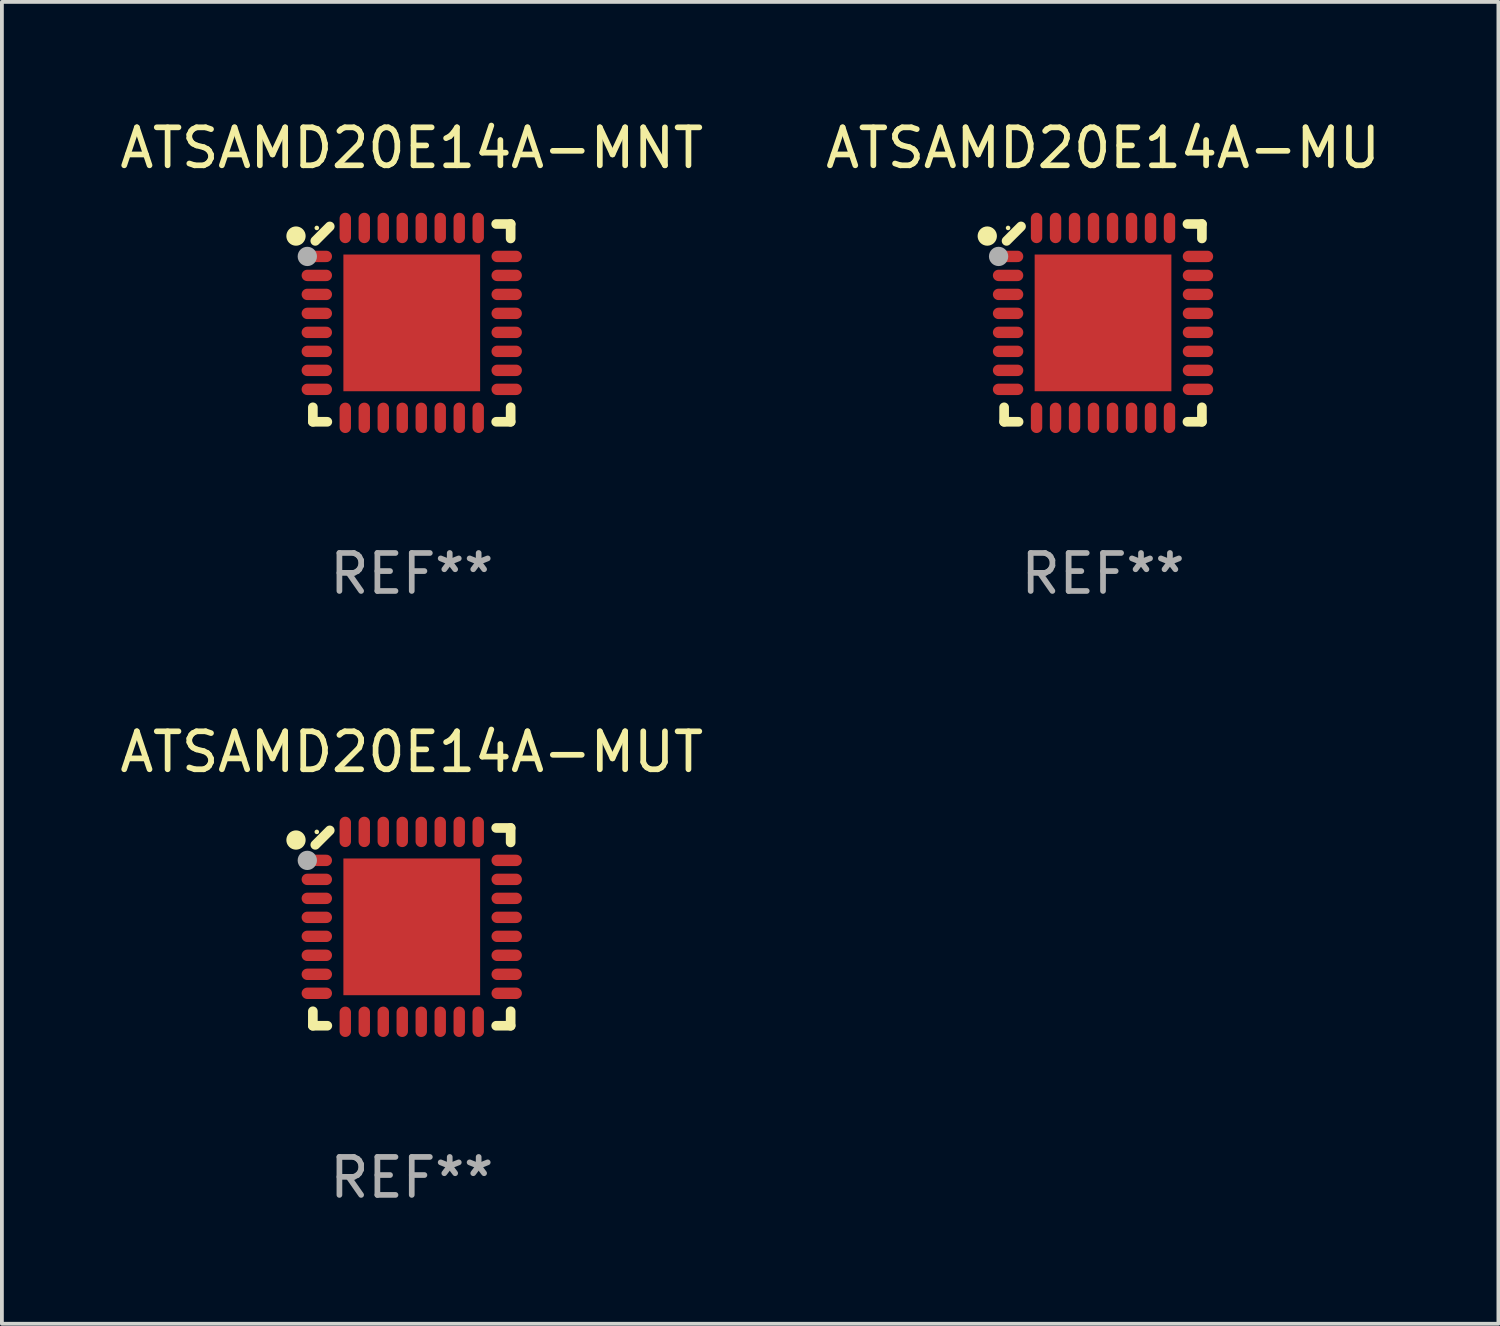
<source format=kicad_pcb>
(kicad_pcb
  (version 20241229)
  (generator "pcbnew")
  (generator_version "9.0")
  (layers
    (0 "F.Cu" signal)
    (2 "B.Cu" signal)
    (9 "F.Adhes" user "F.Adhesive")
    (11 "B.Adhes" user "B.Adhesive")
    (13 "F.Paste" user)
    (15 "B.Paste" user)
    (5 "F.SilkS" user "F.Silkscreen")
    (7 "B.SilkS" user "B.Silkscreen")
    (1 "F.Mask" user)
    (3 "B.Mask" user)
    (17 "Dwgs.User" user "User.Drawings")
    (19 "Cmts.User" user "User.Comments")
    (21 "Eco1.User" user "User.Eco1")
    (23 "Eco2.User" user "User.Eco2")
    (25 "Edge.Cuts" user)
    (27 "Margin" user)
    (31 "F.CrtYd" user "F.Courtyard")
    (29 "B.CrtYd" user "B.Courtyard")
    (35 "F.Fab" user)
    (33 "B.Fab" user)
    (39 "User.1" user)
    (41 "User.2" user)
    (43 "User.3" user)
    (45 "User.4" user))
  (footprint "ATSAMD20E14A-MNT"
    (layer "F.Cu")
    (at 7.792 5.452)
    (property "Reference" "ATSAMD20E14A-MNT" (at 0 -4.604 0) (layer "F.SilkS") (effects (font (size 1 1) (thickness 0.15))))
    (attr through_hole)
    (fp_line (start -2.604 2.223) (end -2.604 2.604) (stroke (width 0.254) (type solid)) (layer "F.SilkS"))
    (fp_line (start -2.604 2.604) (end -2.223 2.604) (stroke (width 0.254) (type solid)) (layer "F.SilkS"))
    (fp_line (start -2.159 -2.54) (end -2.54 -2.159) (stroke (width 0.254) (type solid)) (layer "F.SilkS"))
    (fp_line (start 2.223 2.604) (end 2.604 2.604) (stroke (width 0.254) (type solid)) (layer "F.SilkS"))
    (fp_line (start 2.604 -2.604) (end 2.223 -2.604) (stroke (width 0.254) (type solid)) (layer "F.SilkS"))
    (fp_line (start 2.604 -2.223) (end 2.604 -2.604) (stroke (width 0.254) (type solid)) (layer "F.SilkS"))
    (fp_line (start 2.604 2.604) (end 2.604 2.223) (stroke (width 0.254) (type solid)) (layer "F.SilkS"))
    (fp_circle (center -3.048 -2.286) (end -2.921 -2.286) (stroke (width 0.254) (type solid)) (fill no) (layer "F.SilkS"))
    (fp_circle (center -2.5 -2.5) (end -2.47 -2.5) (stroke (width 0.06) (type solid)) (fill no) (layer "F.SilkS"))
    (fp_circle (center -2.75 -1.75) (end -2.623 -1.75) (stroke (width 0.254) (type solid)) (fill no) (layer "F.Fab"))
    (fp_text user "REF**" (at 0 6.604 0) (layer "F.Fab") (effects (font (size 1 1) (thickness 0.15))))
    (pad "1" smd oval (at -2.5 -1.75) (size 0.8 0.3) (layers "F.Cu" "F.Mask" "F.Paste"))
    (pad "2" smd oval (at -2.5 -1.25) (size 0.8 0.3) (layers "F.Cu" "F.Mask" "F.Paste"))
    (pad "3" smd oval (at -2.5 -0.75) (size 0.8 0.3) (layers "F.Cu" "F.Mask" "F.Paste"))
    (pad "4" smd oval (at -2.5 -0.25) (size 0.8 0.3) (layers "F.Cu" "F.Mask" "F.Paste"))
    (pad "5" smd oval (at -2.5 0.25) (size 0.8 0.3) (layers "F.Cu" "F.Mask" "F.Paste"))
    (pad "6" smd oval (at -2.5 0.75) (size 0.8 0.3) (layers "F.Cu" "F.Mask" "F.Paste"))
    (pad "7" smd oval (at -2.5 1.25) (size 0.8 0.3) (layers "F.Cu" "F.Mask" "F.Paste"))
    (pad "8" smd oval (at -2.5 1.75) (size 0.8 0.3) (layers "F.Cu" "F.Mask" "F.Paste"))
    (pad "9" smd oval (at -1.75 2.5) (size 0.3 0.8) (layers "F.Cu" "F.Mask" "F.Paste"))
    (pad "10" smd oval (at -1.25 2.5) (size 0.3 0.8) (layers "F.Cu" "F.Mask" "F.Paste"))
    (pad "11" smd oval (at -0.75 2.5) (size 0.3 0.8) (layers "F.Cu" "F.Mask" "F.Paste"))
    (pad "12" smd oval (at -0.25 2.5) (size 0.3 0.8) (layers "F.Cu" "F.Mask" "F.Paste"))
    (pad "13" smd oval (at 0.25 2.5) (size 0.3 0.8) (layers "F.Cu" "F.Mask" "F.Paste"))
    (pad "14" smd oval (at 0.75 2.5) (size 0.3 0.8) (layers "F.Cu" "F.Mask" "F.Paste"))
    (pad "15" smd oval (at 1.25 2.5) (size 0.3 0.8) (layers "F.Cu" "F.Mask" "F.Paste"))
    (pad "16" smd oval (at 1.75 2.5) (size 0.3 0.8) (layers "F.Cu" "F.Mask" "F.Paste"))
    (pad "17" smd oval (at 2.5 1.75) (size 0.8 0.3) (layers "F.Cu" "F.Mask" "F.Paste"))
    (pad "18" smd oval (at 2.5 1.25) (size 0.8 0.3) (layers "F.Cu" "F.Mask" "F.Paste"))
    (pad "19" smd oval (at 2.5 0.75) (size 0.8 0.3) (layers "F.Cu" "F.Mask" "F.Paste"))
    (pad "20" smd oval (at 2.5 0.25) (size 0.8 0.3) (layers "F.Cu" "F.Mask" "F.Paste"))
    (pad "21" smd oval (at 2.5 -0.25) (size 0.8 0.3) (layers "F.Cu" "F.Mask" "F.Paste"))
    (pad "22" smd oval (at 2.5 -0.75) (size 0.8 0.3) (layers "F.Cu" "F.Mask" "F.Paste"))
    (pad "23" smd oval (at 2.5 -1.25) (size 0.8 0.3) (layers "F.Cu" "F.Mask" "F.Paste"))
    (pad "24" smd oval (at 2.5 -1.75) (size 0.8 0.3) (layers "F.Cu" "F.Mask" "F.Paste"))
    (pad "25" smd oval (at 1.75 -2.5) (size 0.3 0.8) (layers "F.Cu" "F.Mask" "F.Paste"))
    (pad "26" smd oval (at 1.25 -2.5) (size 0.3 0.8) (layers "F.Cu" "F.Mask" "F.Paste"))
    (pad "27" smd oval (at 0.75 -2.5) (size 0.3 0.8) (layers "F.Cu" "F.Mask" "F.Paste"))
    (pad "28" smd oval (at 0.25 -2.5) (size 0.3 0.8) (layers "F.Cu" "F.Mask" "F.Paste"))
    (pad "29" smd oval (at -0.25 -2.5) (size 0.3 0.8) (layers "F.Cu" "F.Mask" "F.Paste"))
    (pad "30" smd oval (at -0.75 -2.5) (size 0.3 0.8) (layers "F.Cu" "F.Mask" "F.Paste"))
    (pad "31" smd oval (at -1.25 -2.5) (size 0.3 0.8) (layers "F.Cu" "F.Mask" "F.Paste"))
    (pad "32" smd oval (at -1.75 -2.5) (size 0.3 0.8) (layers "F.Cu" "F.Mask" "F.Paste"))
    (pad "33" smd rect (at -0.000076 0) (size 3.6 3.6) (layers "F.Cu" "F.Mask" "F.Paste")))
  (footprint "ATSAMD20E14A-MU"
    (layer "F.Cu")
    (at 25.994 5.452)
    (property "Reference" "ATSAMD20E14A-MU" (at 0 -4.604 0) (layer "F.SilkS") (effects (font (size 1 1) (thickness 0.15))))
    (attr through_hole)
    (fp_line (start -2.604 2.223) (end -2.604 2.604) (stroke (width 0.254) (type solid)) (layer "F.SilkS"))
    (fp_line (start -2.604 2.604) (end -2.223 2.604) (stroke (width 0.254) (type solid)) (layer "F.SilkS"))
    (fp_line (start -2.159 -2.54) (end -2.54 -2.159) (stroke (width 0.254) (type solid)) (layer "F.SilkS"))
    (fp_line (start 2.223 2.604) (end 2.604 2.604) (stroke (width 0.254) (type solid)) (layer "F.SilkS"))
    (fp_line (start 2.604 -2.604) (end 2.223 -2.604) (stroke (width 0.254) (type solid)) (layer "F.SilkS"))
    (fp_line (start 2.604 -2.223) (end 2.604 -2.604) (stroke (width 0.254) (type solid)) (layer "F.SilkS"))
    (fp_line (start 2.604 2.604) (end 2.604 2.223) (stroke (width 0.254) (type solid)) (layer "F.SilkS"))
    (fp_circle (center -3.048 -2.286) (end -2.921 -2.286) (stroke (width 0.254) (type solid)) (fill no) (layer "F.SilkS"))
    (fp_circle (center -2.5 -2.5) (end -2.47 -2.5) (stroke (width 0.06) (type solid)) (fill no) (layer "F.SilkS"))
    (fp_circle (center -2.75 -1.75) (end -2.623 -1.75) (stroke (width 0.254) (type solid)) (fill no) (layer "F.Fab"))
    (fp_text user "REF**" (at 0 6.604 0) (layer "F.Fab") (effects (font (size 1 1) (thickness 0.15))))
    (pad "1" smd oval (at -2.5 -1.75) (size 0.8 0.3) (layers "F.Cu" "F.Mask" "F.Paste"))
    (pad "2" smd oval (at -2.5 -1.25) (size 0.8 0.3) (layers "F.Cu" "F.Mask" "F.Paste"))
    (pad "3" smd oval (at -2.5 -0.75) (size 0.8 0.3) (layers "F.Cu" "F.Mask" "F.Paste"))
    (pad "4" smd oval (at -2.5 -0.25) (size 0.8 0.3) (layers "F.Cu" "F.Mask" "F.Paste"))
    (pad "5" smd oval (at -2.5 0.25) (size 0.8 0.3) (layers "F.Cu" "F.Mask" "F.Paste"))
    (pad "6" smd oval (at -2.5 0.75) (size 0.8 0.3) (layers "F.Cu" "F.Mask" "F.Paste"))
    (pad "7" smd oval (at -2.5 1.25) (size 0.8 0.3) (layers "F.Cu" "F.Mask" "F.Paste"))
    (pad "8" smd oval (at -2.5 1.75) (size 0.8 0.3) (layers "F.Cu" "F.Mask" "F.Paste"))
    (pad "9" smd oval (at -1.75 2.5) (size 0.3 0.8) (layers "F.Cu" "F.Mask" "F.Paste"))
    (pad "10" smd oval (at -1.25 2.5) (size 0.3 0.8) (layers "F.Cu" "F.Mask" "F.Paste"))
    (pad "11" smd oval (at -0.75 2.5) (size 0.3 0.8) (layers "F.Cu" "F.Mask" "F.Paste"))
    (pad "12" smd oval (at -0.25 2.5) (size 0.3 0.8) (layers "F.Cu" "F.Mask" "F.Paste"))
    (pad "13" smd oval (at 0.25 2.5) (size 0.3 0.8) (layers "F.Cu" "F.Mask" "F.Paste"))
    (pad "14" smd oval (at 0.75 2.5) (size 0.3 0.8) (layers "F.Cu" "F.Mask" "F.Paste"))
    (pad "15" smd oval (at 1.25 2.5) (size 0.3 0.8) (layers "F.Cu" "F.Mask" "F.Paste"))
    (pad "16" smd oval (at 1.75 2.5) (size 0.3 0.8) (layers "F.Cu" "F.Mask" "F.Paste"))
    (pad "17" smd oval (at 2.5 1.75) (size 0.8 0.3) (layers "F.Cu" "F.Mask" "F.Paste"))
    (pad "18" smd oval (at 2.5 1.25) (size 0.8 0.3) (layers "F.Cu" "F.Mask" "F.Paste"))
    (pad "19" smd oval (at 2.5 0.75) (size 0.8 0.3) (layers "F.Cu" "F.Mask" "F.Paste"))
    (pad "20" smd oval (at 2.5 0.25) (size 0.8 0.3) (layers "F.Cu" "F.Mask" "F.Paste"))
    (pad "21" smd oval (at 2.5 -0.25) (size 0.8 0.3) (layers "F.Cu" "F.Mask" "F.Paste"))
    (pad "22" smd oval (at 2.5 -0.75) (size 0.8 0.3) (layers "F.Cu" "F.Mask" "F.Paste"))
    (pad "23" smd oval (at 2.5 -1.25) (size 0.8 0.3) (layers "F.Cu" "F.Mask" "F.Paste"))
    (pad "24" smd oval (at 2.5 -1.75) (size 0.8 0.3) (layers "F.Cu" "F.Mask" "F.Paste"))
    (pad "25" smd oval (at 1.75 -2.5) (size 0.3 0.8) (layers "F.Cu" "F.Mask" "F.Paste"))
    (pad "26" smd oval (at 1.25 -2.5) (size 0.3 0.8) (layers "F.Cu" "F.Mask" "F.Paste"))
    (pad "27" smd oval (at 0.75 -2.5) (size 0.3 0.8) (layers "F.Cu" "F.Mask" "F.Paste"))
    (pad "28" smd oval (at 0.25 -2.5) (size 0.3 0.8) (layers "F.Cu" "F.Mask" "F.Paste"))
    (pad "29" smd oval (at -0.25 -2.5) (size 0.3 0.8) (layers "F.Cu" "F.Mask" "F.Paste"))
    (pad "30" smd oval (at -0.75 -2.5) (size 0.3 0.8) (layers "F.Cu" "F.Mask" "F.Paste"))
    (pad "31" smd oval (at -1.25 -2.5) (size 0.3 0.8) (layers "F.Cu" "F.Mask" "F.Paste"))
    (pad "32" smd oval (at -1.75 -2.5) (size 0.3 0.8) (layers "F.Cu" "F.Mask" "F.Paste"))
    (pad "33" smd rect (at -0.000076 0) (size 3.6 3.6) (layers "F.Cu" "F.Mask" "F.Paste")))
  (footprint "ATSAMD20E14A-MUT"
    (layer "F.Cu")
    (at 7.792 21.355)
    (property "Reference" "ATSAMD20E14A-MUT" (at 0 -4.604 0) (layer "F.SilkS") (effects (font (size 1 1) (thickness 0.15))))
    (attr through_hole)
    (fp_line (start -2.604 2.223) (end -2.604 2.604) (stroke (width 0.254) (type solid)) (layer "F.SilkS"))
    (fp_line (start -2.604 2.604) (end -2.223 2.604) (stroke (width 0.254) (type solid)) (layer "F.SilkS"))
    (fp_line (start -2.159 -2.54) (end -2.54 -2.159) (stroke (width 0.254) (type solid)) (layer "F.SilkS"))
    (fp_line (start 2.223 2.604) (end 2.604 2.604) (stroke (width 0.254) (type solid)) (layer "F.SilkS"))
    (fp_line (start 2.604 -2.604) (end 2.223 -2.604) (stroke (width 0.254) (type solid)) (layer "F.SilkS"))
    (fp_line (start 2.604 -2.223) (end 2.604 -2.604) (stroke (width 0.254) (type solid)) (layer "F.SilkS"))
    (fp_line (start 2.604 2.604) (end 2.604 2.223) (stroke (width 0.254) (type solid)) (layer "F.SilkS"))
    (fp_circle (center -3.048 -2.286) (end -2.921 -2.286) (stroke (width 0.254) (type solid)) (fill no) (layer "F.SilkS"))
    (fp_circle (center -2.5 -2.5) (end -2.47 -2.5) (stroke (width 0.06) (type solid)) (fill no) (layer "F.SilkS"))
    (fp_circle (center -2.75 -1.75) (end -2.623 -1.75) (stroke (width 0.254) (type solid)) (fill no) (layer "F.Fab"))
    (fp_text user "REF**" (at 0 6.604 0) (layer "F.Fab") (effects (font (size 1 1) (thickness 0.15))))
    (pad "1" smd oval (at -2.5 -1.75) (size 0.8 0.3) (layers "F.Cu" "F.Mask" "F.Paste"))
    (pad "2" smd oval (at -2.5 -1.25) (size 0.8 0.3) (layers "F.Cu" "F.Mask" "F.Paste"))
    (pad "3" smd oval (at -2.5 -0.75) (size 0.8 0.3) (layers "F.Cu" "F.Mask" "F.Paste"))
    (pad "4" smd oval (at -2.5 -0.25) (size 0.8 0.3) (layers "F.Cu" "F.Mask" "F.Paste"))
    (pad "5" smd oval (at -2.5 0.25) (size 0.8 0.3) (layers "F.Cu" "F.Mask" "F.Paste"))
    (pad "6" smd oval (at -2.5 0.75) (size 0.8 0.3) (layers "F.Cu" "F.Mask" "F.Paste"))
    (pad "7" smd oval (at -2.5 1.25) (size 0.8 0.3) (layers "F.Cu" "F.Mask" "F.Paste"))
    (pad "8" smd oval (at -2.5 1.75) (size 0.8 0.3) (layers "F.Cu" "F.Mask" "F.Paste"))
    (pad "9" smd oval (at -1.75 2.5) (size 0.3 0.8) (layers "F.Cu" "F.Mask" "F.Paste"))
    (pad "10" smd oval (at -1.25 2.5) (size 0.3 0.8) (layers "F.Cu" "F.Mask" "F.Paste"))
    (pad "11" smd oval (at -0.75 2.5) (size 0.3 0.8) (layers "F.Cu" "F.Mask" "F.Paste"))
    (pad "12" smd oval (at -0.25 2.5) (size 0.3 0.8) (layers "F.Cu" "F.Mask" "F.Paste"))
    (pad "13" smd oval (at 0.25 2.5) (size 0.3 0.8) (layers "F.Cu" "F.Mask" "F.Paste"))
    (pad "14" smd oval (at 0.75 2.5) (size 0.3 0.8) (layers "F.Cu" "F.Mask" "F.Paste"))
    (pad "15" smd oval (at 1.25 2.5) (size 0.3 0.8) (layers "F.Cu" "F.Mask" "F.Paste"))
    (pad "16" smd oval (at 1.75 2.5) (size 0.3 0.8) (layers "F.Cu" "F.Mask" "F.Paste"))
    (pad "17" smd oval (at 2.5 1.75) (size 0.8 0.3) (layers "F.Cu" "F.Mask" "F.Paste"))
    (pad "18" smd oval (at 2.5 1.25) (size 0.8 0.3) (layers "F.Cu" "F.Mask" "F.Paste"))
    (pad "19" smd oval (at 2.5 0.75) (size 0.8 0.3) (layers "F.Cu" "F.Mask" "F.Paste"))
    (pad "20" smd oval (at 2.5 0.25) (size 0.8 0.3) (layers "F.Cu" "F.Mask" "F.Paste"))
    (pad "21" smd oval (at 2.5 -0.25) (size 0.8 0.3) (layers "F.Cu" "F.Mask" "F.Paste"))
    (pad "22" smd oval (at 2.5 -0.75) (size 0.8 0.3) (layers "F.Cu" "F.Mask" "F.Paste"))
    (pad "23" smd oval (at 2.5 -1.25) (size 0.8 0.3) (layers "F.Cu" "F.Mask" "F.Paste"))
    (pad "24" smd oval (at 2.5 -1.75) (size 0.8 0.3) (layers "F.Cu" "F.Mask" "F.Paste"))
    (pad "25" smd oval (at 1.75 -2.5) (size 0.3 0.8) (layers "F.Cu" "F.Mask" "F.Paste"))
    (pad "26" smd oval (at 1.25 -2.5) (size 0.3 0.8) (layers "F.Cu" "F.Mask" "F.Paste"))
    (pad "27" smd oval (at 0.75 -2.5) (size 0.3 0.8) (layers "F.Cu" "F.Mask" "F.Paste"))
    (pad "28" smd oval (at 0.25 -2.5) (size 0.3 0.8) (layers "F.Cu" "F.Mask" "F.Paste"))
    (pad "29" smd oval (at -0.25 -2.5) (size 0.3 0.8) (layers "F.Cu" "F.Mask" "F.Paste"))
    (pad "30" smd oval (at -0.75 -2.5) (size 0.3 0.8) (layers "F.Cu" "F.Mask" "F.Paste"))
    (pad "31" smd oval (at -1.25 -2.5) (size 0.3 0.8) (layers "F.Cu" "F.Mask" "F.Paste"))
    (pad "32" smd oval (at -1.75 -2.5) (size 0.3 0.8) (layers "F.Cu" "F.Mask" "F.Paste"))
    (pad "33" smd rect (at -0.000076 0) (size 3.6 3.6) (layers "F.Cu" "F.Mask" "F.Paste")))
  (gr_rect
    (start -3 -3)
    (end 36.405 31.807)
    (stroke (width 0.1) (type default))
    (fill no)
    (layer "Edge.Cuts")))
</source>
